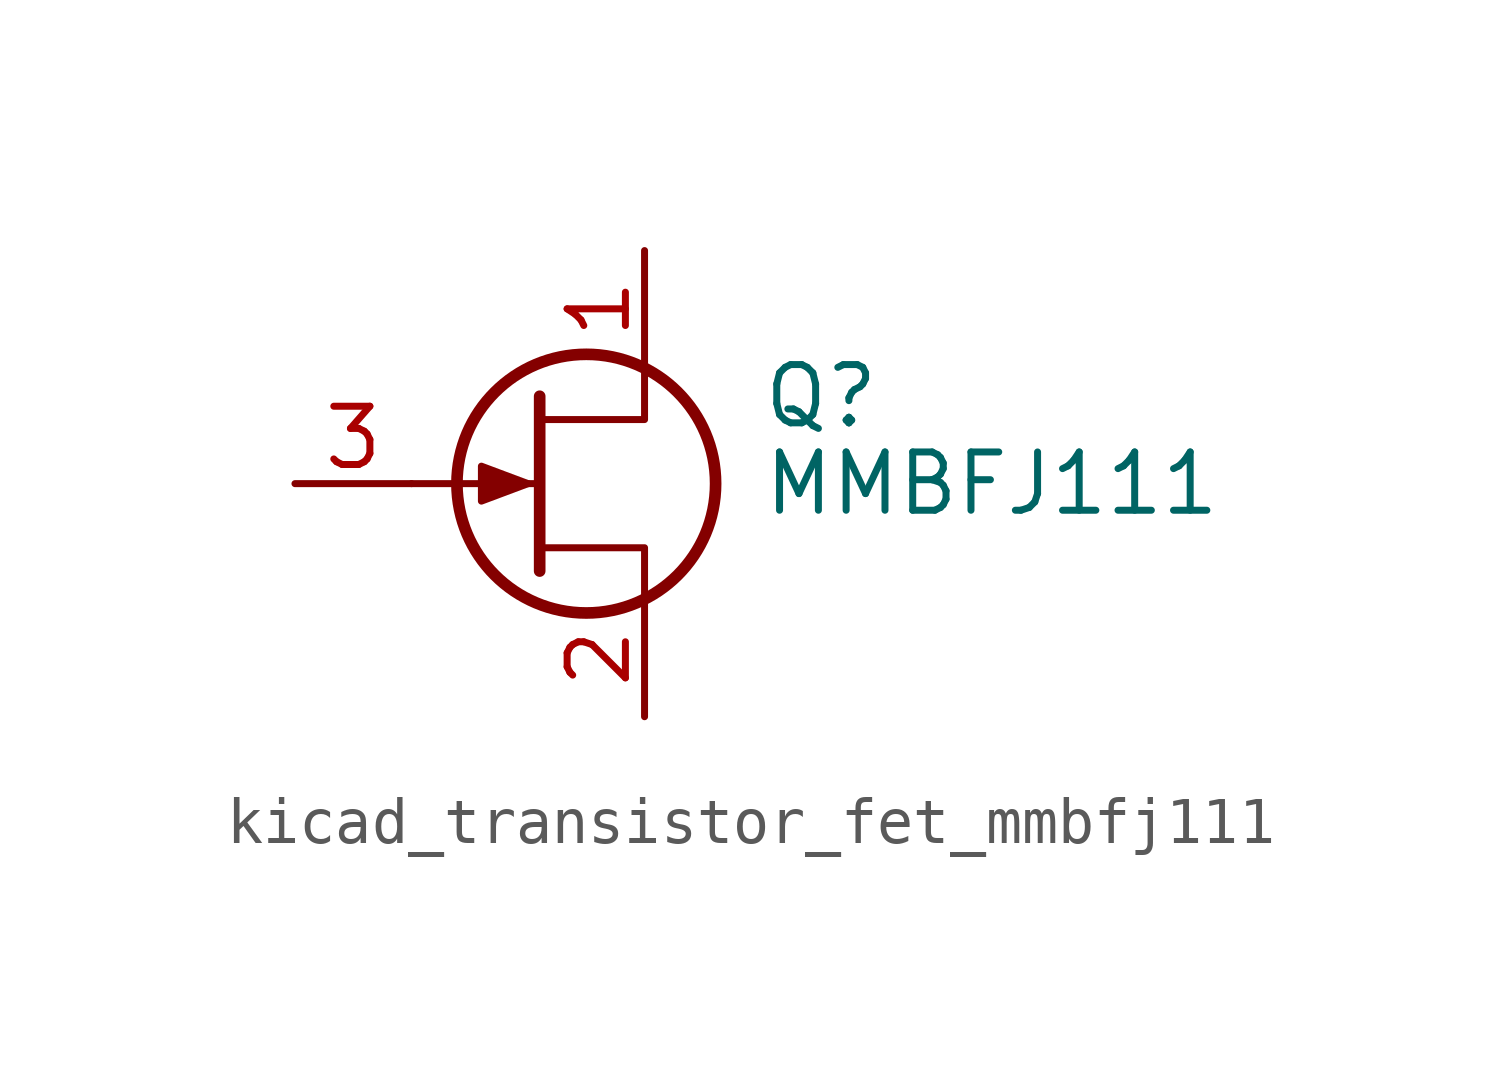
<source format=kicad_sym>
(kicad_symbol_lib
  (version 20220914)
  (generator kicad_symbol_editor)
  (symbol "kicad_transistor_fet_mmbfj111"
    (pin_names hide)
    (property "Reference" "Q"
      (at 5.08 1.905 0)
      (effects (font (size 1.27 1.27)) (justify left)))
    (property "Value" "MMBFJ111"
      (at 5.08 0 0)
      (effects (font (size 1.27 1.27)) (justify left)))
    (symbol "kicad_transistor_fet_mmbfj111_0_1"
      (polyline (pts (xy 0.254 0) (xy -2.54 0)) (stroke (width 0) (type default)) (fill (type none)))
      (polyline (pts (xy 0.254 1.905) (xy 0.254 -1.905)) (stroke (width 0.254) (type default)) (fill (type none)))
      (polyline (pts (xy 2.54 -2.54) (xy 2.54 -1.397) (xy 0.254 -1.397)) (stroke (width 0) (type default)) (fill (type none)))
      (polyline (pts (xy 2.54 2.54) (xy 2.54 1.397) (xy 0.254 1.397)) (stroke (width 0) (type default)) (fill (type none)))
      (polyline (pts (xy 0 0) (xy -1.016 0.381) (xy -1.016 -0.381) (xy 0 0)) (stroke (width 0) (type default)) (fill (type outline)))
      (circle (center 1.27 0) (radius 2.819) (stroke (width 0.254) (type default)) (fill (type none))))
    (symbol "kicad_transistor_fet_mmbfj111_1_1"
      (pin passive line (at 2.54 5.08 270) (length 2.54) (name "D" (effects (font (size 1.27 1.27)))) (number "1" (effects (font (size 1.27 1.27)))))
      (pin passive line (at 2.54 -5.08 90) (length 2.54) (name "S" (effects (font (size 1.27 1.27)))) (number "2" (effects (font (size 1.27 1.27)))))
      (pin input line (at -5.08 0 0) (length 2.54) (name "G" (effects (font (size 1.27 1.27)))) (number "3" (effects (font (size 1.27 1.27))))))))
</source>
